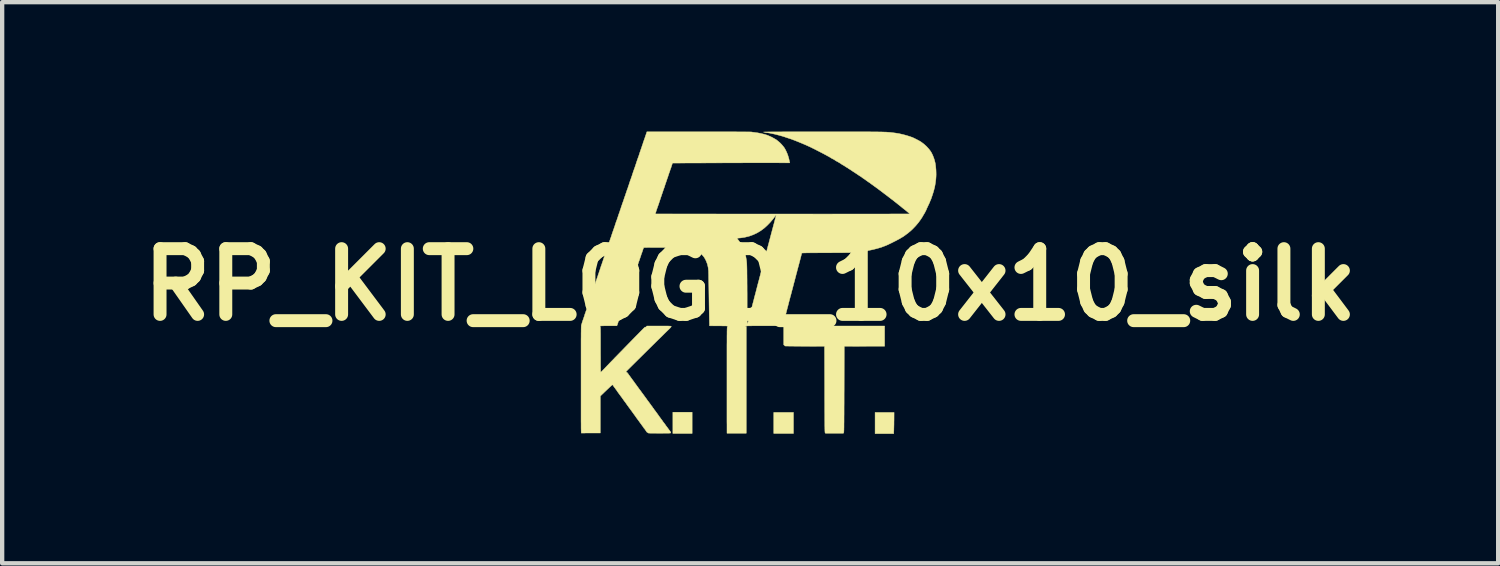
<source format=kicad_pcb>
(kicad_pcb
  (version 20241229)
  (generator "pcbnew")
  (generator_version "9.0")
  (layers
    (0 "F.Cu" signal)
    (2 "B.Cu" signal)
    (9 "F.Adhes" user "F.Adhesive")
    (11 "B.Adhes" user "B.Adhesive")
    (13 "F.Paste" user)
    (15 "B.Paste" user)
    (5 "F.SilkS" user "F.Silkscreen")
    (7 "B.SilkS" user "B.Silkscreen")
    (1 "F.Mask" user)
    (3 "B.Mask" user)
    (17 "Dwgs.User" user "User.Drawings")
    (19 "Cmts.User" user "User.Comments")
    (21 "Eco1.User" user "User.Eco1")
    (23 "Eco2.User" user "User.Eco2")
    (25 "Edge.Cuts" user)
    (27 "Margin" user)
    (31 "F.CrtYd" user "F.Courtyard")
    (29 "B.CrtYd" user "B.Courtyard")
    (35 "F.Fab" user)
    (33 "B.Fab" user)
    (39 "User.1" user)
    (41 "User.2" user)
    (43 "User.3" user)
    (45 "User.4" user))
  (footprint "RP_KIT_LOGO_10x10_silk"
    (layer "F.Cu")
    (at 14.34 3.549)
    (property "Reference" "RP_KIT_LOGO_10x10_silk" (at 0 0 0) (layer "F.SilkS") (effects (font (size 1.524 1.524) (thickness 0.3))))
    (attr through_hole)
    (fp_poly (pts (xy -1.345 3.449) (xy -1.792 3.449) (xy -1.792 2.957) (xy -1.345 2.957) (xy -1.345 3.449)) (stroke (width 0.01) (type solid)) (fill yes) (layer "F.SilkS"))
    (fp_poly (pts (xy 1.004 3.449) (xy 0.547 3.449) (xy 0.547 2.962) (xy 1.004 2.962) (xy 1.004 3.449)) (stroke (width 0.01) (type solid)) (fill yes) (layer "F.SilkS"))
    (fp_poly (pts (xy 3.335 3.141) (xy 3.334 3.186) (xy 3.334 3.231) (xy 3.333 3.274) (xy 3.332 3.313) (xy 3.331 3.347) (xy 3.331 3.374) (xy 3.33 3.387) (xy 3.327 3.454) (xy 2.896 3.454) (xy 2.896 2.962) (xy 3.336 2.962) (xy 3.335 3.141)) (stroke (width 0.01) (type solid)) (fill yes) (layer "F.SilkS"))
    (fp_poly (pts (xy 3.117 1.426) (xy 2.181 1.428) (xy 2.179 2.425) (xy 2.178 2.543) (xy 2.178 2.653) (xy 2.178 2.753) (xy 2.177 2.844) (xy 2.177 2.927) (xy 2.177 3.002) (xy 2.176 3.069) (xy 2.176 3.129) (xy 2.176 3.182) (xy 2.175 3.228) (xy 2.175 3.269) (xy 2.175 3.304) (xy 2.174 3.334) (xy 2.174 3.359) (xy 2.173 3.379) (xy 2.172 3.396) (xy 2.172 3.409) (xy 2.171 3.418) (xy 2.17 3.425) (xy 2.17 3.43) (xy 2.169 3.432) (xy 2.169 3.432) (xy 2.161 3.444) (xy 1.744 3.444) (xy 1.737 3.432) (xy 1.736 3.43) (xy 1.735 3.426) (xy 1.734 3.419) (xy 1.734 3.41) (xy 1.733 3.397) (xy 1.732 3.381) (xy 1.732 3.361) (xy 1.731 3.337) (xy 1.731 3.307) (xy 1.73 3.273) (xy 1.73 3.233) (xy 1.73 3.187) (xy 1.729 3.135) (xy 1.729 3.075) (xy 1.729 3.009) (xy 1.728 2.935) (xy 1.728 2.853) (xy 1.728 2.763) (xy 1.727 2.664) (xy 1.727 2.556) (xy 1.727 2.438) (xy 1.727 2.425) (xy 1.724 1.428) (xy 1.263 1.427) (xy 1.182 1.427) (xy 1.108 1.426) (xy 1.041 1.426) (xy 0.982 1.425) (xy 0.931 1.425) (xy 0.888 1.424) (xy 0.853 1.423) (xy 0.828 1.423) (xy 0.812 1.422) (xy 0.806 1.421) (xy 0.806 1.421) (xy 0.804 1.415) (xy 0.796 1.407) (xy 0.793 1.405) (xy 0.778 1.394) (xy 0.778 0.959) (xy 3.117 0.959) (xy 3.117 1.426)) (stroke (width 0.01) (type solid)) (fill yes) (layer "F.SilkS"))
    (fp_poly (pts (xy -1.063 -3.544) (xy -0.94 -3.544) (xy -0.823 -3.544) (xy -0.712 -3.544) (xy -0.608 -3.543) (xy -0.511 -3.543) (xy -0.421 -3.543) (xy -0.338 -3.543) (xy -0.262 -3.542) (xy -0.195 -3.542) (xy -0.136 -3.542) (xy -0.085 -3.541) (xy -0.043 -3.541) (xy -0.01 -3.541) (xy 0.013 -3.54) (xy 0.027 -3.54) (xy 0.031 -3.539) (xy 0.044 -3.537) (xy 0.064 -3.534) (xy 0.09 -3.531) (xy 0.117 -3.527) (xy 0.125 -3.526) (xy 0.17 -3.52) (xy 0.219 -3.511) (xy 0.27 -3.5) (xy 0.319 -3.488) (xy 0.364 -3.475) (xy 0.392 -3.466) (xy 0.405 -3.461) (xy 0.425 -3.453) (xy 0.447 -3.443) (xy 0.47 -3.433) (xy 0.49 -3.424) (xy 0.506 -3.416) (xy 0.512 -3.413) (xy 0.52 -3.409) (xy 0.533 -3.401) (xy 0.551 -3.391) (xy 0.562 -3.385) (xy 0.581 -3.374) (xy 0.597 -3.365) (xy 0.609 -3.357) (xy 0.612 -3.355) (xy 0.62 -3.348) (xy 0.633 -3.338) (xy 0.648 -3.325) (xy 0.65 -3.324) (xy 0.692 -3.288) (xy 0.731 -3.248) (xy 0.75 -3.225) (xy 0.762 -3.211) (xy 0.771 -3.2) (xy 0.775 -3.195) (xy 0.786 -3.181) (xy 0.8 -3.16) (xy 0.815 -3.133) (xy 0.831 -3.102) (xy 0.846 -3.069) (xy 0.86 -3.036) (xy 0.872 -3.004) (xy 0.875 -2.996) (xy 0.898 -2.918) (xy 0.913 -2.849) (xy 0.917 -2.824) (xy 0.495 -2.825) (xy 0.444 -2.825) (xy 0.383 -2.825) (xy 0.315 -2.825) (xy 0.238 -2.825) (xy 0.155 -2.825) (xy 0.067 -2.825) (xy -0.027 -2.825) (xy -0.125 -2.825) (xy -0.227 -2.824) (xy -0.33 -2.824) (xy -0.436 -2.824) (xy -0.542 -2.824) (xy -0.649 -2.823) (xy -0.754 -2.823) (xy -0.858 -2.822) (xy -0.863 -2.822) (xy -1.8 -2.819) (xy -1.811 -2.786) (xy -1.819 -2.764) (xy -1.826 -2.742) (xy -1.83 -2.728) (xy -1.835 -2.712) (xy -1.84 -2.698) (xy -1.842 -2.693) (xy -1.845 -2.685) (xy -1.851 -2.67) (xy -1.858 -2.648) (xy -1.867 -2.621) (xy -1.877 -2.592) (xy -1.88 -2.585) (xy -1.893 -2.547) (xy -1.907 -2.503) (xy -1.923 -2.458) (xy -1.937 -2.416) (xy -1.945 -2.392) (xy -1.956 -2.36) (xy -1.967 -2.329) (xy -1.976 -2.302) (xy -1.983 -2.279) (xy -1.988 -2.264) (xy -1.988 -2.264) (xy -1.994 -2.246) (xy -2 -2.23) (xy -2.003 -2.221) (xy -2.007 -2.212) (xy -2.012 -2.196) (xy -2.019 -2.176) (xy -2.022 -2.166) (xy -2.03 -2.144) (xy -2.036 -2.125) (xy -2.041 -2.11) (xy -2.043 -2.106) (xy -2.049 -2.087) (xy -2.058 -2.06) (xy -2.07 -2.026) (xy -2.083 -1.987) (xy -2.097 -1.944) (xy -2.112 -1.899) (xy -2.116 -1.887) (xy -2.126 -1.857) (xy -2.136 -1.83) (xy -2.144 -1.807) (xy -2.15 -1.79) (xy -2.153 -1.78) (xy -2.153 -1.78) (xy -2.158 -1.768) (xy -2.164 -1.751) (xy -2.171 -1.729) (xy -2.179 -1.706) (xy -2.185 -1.684) (xy -2.191 -1.666) (xy -2.194 -1.654) (xy -2.194 -1.652) (xy -2.196 -1.639) (xy 0.752 -1.638) (xy 0.95 -1.638) (xy 1.143 -1.638) (xy 1.33 -1.638) (xy 1.512 -1.637) (xy 1.688 -1.637) (xy 1.857 -1.637) (xy 2.021 -1.638) (xy 2.178 -1.638) (xy 2.329 -1.638) (xy 2.473 -1.638) (xy 2.609 -1.638) (xy 2.739 -1.638) (xy 2.861 -1.638) (xy 2.976 -1.638) (xy 3.083 -1.638) (xy 3.182 -1.638) (xy 3.273 -1.639) (xy 3.356 -1.639) (xy 3.43 -1.639) (xy 3.496 -1.639) (xy 3.553 -1.639) (xy 3.601 -1.64) (xy 3.64 -1.64) (xy 3.669 -1.64) (xy 3.688 -1.641) (xy 3.698 -1.641) (xy 3.7 -1.641) (xy 3.695 -1.647) (xy 3.683 -1.659) (xy 3.664 -1.674) (xy 3.655 -1.681) (xy 3.643 -1.69) (xy 3.635 -1.697) (xy 3.629 -1.703) (xy 3.616 -1.714) (xy 3.598 -1.728) (xy 3.577 -1.745) (xy 3.564 -1.755) (xy 3.542 -1.772) (xy 3.522 -1.788) (xy 3.507 -1.801) (xy 3.496 -1.81) (xy 3.493 -1.812) (xy 3.483 -1.821) (xy 3.473 -1.829) (xy 3.464 -1.836) (xy 3.449 -1.847) (xy 3.432 -1.861) (xy 3.423 -1.868) (xy 3.406 -1.882) (xy 3.39 -1.895) (xy 3.378 -1.904) (xy 3.375 -1.907) (xy 3.362 -1.916) (xy 3.351 -1.925) (xy 3.336 -1.937) (xy 3.32 -1.95) (xy 3.301 -1.965) (xy 3.28 -1.98) (xy 3.259 -1.996) (xy 3.236 -2.014) (xy 3.216 -2.029) (xy 3.199 -2.042) (xy 3.186 -2.053) (xy 3.174 -2.062) (xy 3.161 -2.071) (xy 3.146 -2.083) (xy 3.125 -2.099) (xy 3.117 -2.104) (xy 3.097 -2.12) (xy 3.078 -2.134) (xy 3.063 -2.146) (xy 3.055 -2.152) (xy 3.047 -2.158) (xy 3.04 -2.163) (xy 3.033 -2.169) (xy 3.022 -2.177) (xy 3.006 -2.189) (xy 2.989 -2.201) (xy 2.973 -2.213) (xy 2.96 -2.223) (xy 2.952 -2.23) (xy 2.952 -2.231) (xy 2.941 -2.238) (xy 2.93 -2.244) (xy 2.921 -2.25) (xy 2.916 -2.255) (xy 2.912 -2.259) (xy 2.903 -2.266) (xy 2.901 -2.267) (xy 2.887 -2.275) (xy 2.877 -2.283) (xy 2.866 -2.291) (xy 2.853 -2.301) (xy 2.849 -2.304) (xy 2.83 -2.318) (xy 2.811 -2.331) (xy 2.795 -2.343) (xy 2.786 -2.35) (xy 2.777 -2.357) (xy 2.765 -2.366) (xy 2.763 -2.367) (xy 2.751 -2.374) (xy 2.734 -2.386) (xy 2.714 -2.4) (xy 2.694 -2.414) (xy 2.676 -2.428) (xy 2.663 -2.437) (xy 2.654 -2.444) (xy 2.639 -2.453) (xy 2.622 -2.465) (xy 2.62 -2.466) (xy 2.605 -2.476) (xy 2.593 -2.485) (xy 2.586 -2.491) (xy 2.586 -2.491) (xy 2.581 -2.496) (xy 2.57 -2.503) (xy 2.566 -2.505) (xy 2.553 -2.513) (xy 2.535 -2.524) (xy 2.516 -2.537) (xy 2.515 -2.537) (xy 2.497 -2.55) (xy 2.48 -2.561) (xy 2.468 -2.57) (xy 2.467 -2.57) (xy 2.457 -2.577) (xy 2.441 -2.587) (xy 2.421 -2.601) (xy 2.398 -2.615) (xy 2.394 -2.618) (xy 2.372 -2.632) (xy 2.352 -2.646) (xy 2.335 -2.657) (xy 2.325 -2.664) (xy 2.324 -2.665) (xy 2.31 -2.674) (xy 2.294 -2.683) (xy 2.292 -2.684) (xy 2.281 -2.69) (xy 2.274 -2.695) (xy 2.274 -2.696) (xy 2.27 -2.7) (xy 2.259 -2.707) (xy 2.243 -2.717) (xy 2.237 -2.72) (xy 2.219 -2.73) (xy 2.205 -2.739) (xy 2.197 -2.745) (xy 2.196 -2.746) (xy 2.19 -2.751) (xy 2.178 -2.758) (xy 2.169 -2.763) (xy 2.153 -2.772) (xy 2.132 -2.784) (xy 2.113 -2.797) (xy 2.078 -2.82) (xy 2.039 -2.843) (xy 1.995 -2.867) (xy 1.98 -2.875) (xy 1.968 -2.883) (xy 1.964 -2.887) (xy 1.959 -2.891) (xy 1.947 -2.899) (xy 1.93 -2.908) (xy 1.921 -2.912) (xy 1.9 -2.923) (xy 1.882 -2.933) (xy 1.868 -2.942) (xy 1.865 -2.944) (xy 1.853 -2.951) (xy 1.834 -2.963) (xy 1.807 -2.977) (xy 1.775 -2.995) (xy 1.738 -3.015) (xy 1.697 -3.037) (xy 1.653 -3.06) (xy 1.608 -3.083) (xy 1.561 -3.107) (xy 1.515 -3.131) (xy 1.471 -3.153) (xy 1.428 -3.174) (xy 1.423 -3.177) (xy 1.394 -3.191) (xy 1.358 -3.207) (xy 1.319 -3.225) (xy 1.279 -3.243) (xy 1.241 -3.259) (xy 1.207 -3.274) (xy 1.187 -3.282) (xy 1.171 -3.288) (xy 1.15 -3.297) (xy 1.126 -3.307) (xy 1.114 -3.312) (xy 1.092 -3.321) (xy 1.071 -3.329) (xy 1.055 -3.336) (xy 1.049 -3.338) (xy 1.034 -3.344) (xy 1.015 -3.351) (xy 1.006 -3.354) (xy 0.976 -3.366) (xy 0.951 -3.375) (xy 0.929 -3.382) (xy 0.916 -3.387) (xy 0.877 -3.399) (xy 0.844 -3.41) (xy 0.818 -3.419) (xy 0.8 -3.425) (xy 0.791 -3.428) (xy 0.785 -3.431) (xy 0.776 -3.433) (xy 0.763 -3.437) (xy 0.744 -3.443) (xy 0.717 -3.45) (xy 0.693 -3.457) (xy 0.671 -3.463) (xy 0.649 -3.469) (xy 0.64 -3.471) (xy 0.604 -3.481) (xy 0.561 -3.491) (xy 0.512 -3.501) (xy 0.461 -3.512) (xy 0.409 -3.521) (xy 0.36 -3.529) (xy 0.316 -3.536) (xy 0.314 -3.536) (xy 0.31 -3.537) (xy 0.309 -3.538) (xy 0.311 -3.538) (xy 0.316 -3.539) (xy 0.325 -3.539) (xy 0.339 -3.54) (xy 0.356 -3.54) (xy 0.379 -3.54) (xy 0.406 -3.541) (xy 0.439 -3.541) (xy 0.477 -3.541) (xy 0.521 -3.542) (xy 0.572 -3.542) (xy 0.628 -3.542) (xy 0.692 -3.542) (xy 0.763 -3.543) (xy 0.842 -3.543) (xy 0.928 -3.543) (xy 1.022 -3.543) (xy 1.125 -3.543) (xy 1.237 -3.543) (xy 1.357 -3.543) (xy 1.487 -3.543) (xy 1.626 -3.543) (xy 1.667 -3.543) (xy 1.81 -3.543) (xy 1.943 -3.543) (xy 2.068 -3.544) (xy 2.183 -3.544) (xy 2.29 -3.543) (xy 2.389 -3.543) (xy 2.48 -3.543) (xy 2.564 -3.543) (xy 2.64 -3.543) (xy 2.71 -3.543) (xy 2.774 -3.543) (xy 2.832 -3.542) (xy 2.884 -3.542) (xy 2.932 -3.542) (xy 2.974 -3.541) (xy 3.013 -3.54) (xy 3.047 -3.54) (xy 3.078 -3.539) (xy 3.105 -3.538) (xy 3.13 -3.537) (xy 3.152 -3.537) (xy 3.172 -3.535) (xy 3.191 -3.534) (xy 3.208 -3.533) (xy 3.224 -3.532) (xy 3.24 -3.53) (xy 3.256 -3.529) (xy 3.271 -3.527) (xy 3.278 -3.526) (xy 3.366 -3.515) (xy 3.447 -3.502) (xy 3.524 -3.485) (xy 3.601 -3.465) (xy 3.681 -3.441) (xy 3.754 -3.416) (xy 3.77 -3.409) (xy 3.793 -3.399) (xy 3.821 -3.385) (xy 3.851 -3.37) (xy 3.882 -3.354) (xy 3.91 -3.339) (xy 3.935 -3.325) (xy 3.953 -3.314) (xy 3.957 -3.312) (xy 4.027 -3.26) (xy 4.089 -3.204) (xy 4.145 -3.142) (xy 4.185 -3.089) (xy 4.194 -3.074) (xy 4.206 -3.053) (xy 4.218 -3.029) (xy 4.229 -3.006) (xy 4.238 -2.986) (xy 4.239 -2.982) (xy 4.246 -2.963) (xy 4.254 -2.944) (xy 4.255 -2.94) (xy 4.265 -2.912) (xy 4.276 -2.875) (xy 4.282 -2.851) (xy 4.291 -2.813) (xy 4.298 -2.767) (xy 4.303 -2.716) (xy 4.308 -2.661) (xy 4.31 -2.605) (xy 4.311 -2.551) (xy 4.309 -2.5) (xy 4.307 -2.472) (xy 4.305 -2.445) (xy 4.302 -2.42) (xy 4.299 -2.396) (xy 4.296 -2.37) (xy 4.291 -2.339) (xy 4.285 -2.303) (xy 4.282 -2.288) (xy 4.277 -2.26) (xy 4.268 -2.226) (xy 4.258 -2.186) (xy 4.246 -2.145) (xy 4.233 -2.103) (xy 4.224 -2.076) (xy 4.212 -2.041) (xy 4.203 -2.014) (xy 4.196 -1.994) (xy 4.19 -1.978) (xy 4.185 -1.966) (xy 4.181 -1.957) (xy 4.177 -1.948) (xy 4.176 -1.947) (xy 4.17 -1.934) (xy 4.167 -1.924) (xy 4.166 -1.922) (xy 4.164 -1.915) (xy 4.158 -1.901) (xy 4.149 -1.882) (xy 4.138 -1.858) (xy 4.129 -1.84) (xy 4.117 -1.814) (xy 4.106 -1.79) (xy 4.096 -1.77) (xy 4.09 -1.757) (xy 4.089 -1.752) (xy 4.084 -1.739) (xy 4.075 -1.72) (xy 4.064 -1.698) (xy 4.052 -1.675) (xy 4.041 -1.655) (xy 4.031 -1.639) (xy 4.029 -1.635) (xy 4.018 -1.617) (xy 4.007 -1.599) (xy 4.005 -1.595) (xy 3.993 -1.573) (xy 3.975 -1.545) (xy 3.954 -1.513) (xy 3.949 -1.507) (xy 3.939 -1.492) (xy 3.927 -1.476) (xy 3.925 -1.473) (xy 3.901 -1.44) (xy 3.87 -1.403) (xy 3.836 -1.363) (xy 3.799 -1.324) (xy 3.763 -1.287) (xy 3.728 -1.254) (xy 3.7 -1.23) (xy 3.685 -1.218) (xy 3.672 -1.207) (xy 3.667 -1.202) (xy 3.657 -1.194) (xy 3.639 -1.181) (xy 3.616 -1.164) (xy 3.589 -1.144) (xy 3.559 -1.122) (xy 3.544 -1.112) (xy 3.525 -1.101) (xy 3.516 -1.096) (xy 3.5 -1.087) (xy 3.487 -1.079) (xy 3.481 -1.074) (xy 3.474 -1.07) (xy 3.46 -1.062) (xy 3.438 -1.051) (xy 3.412 -1.037) (xy 3.383 -1.021) (xy 3.35 -1.005) (xy 3.317 -0.988) (xy 3.284 -0.971) (xy 3.252 -0.956) (xy 3.223 -0.942) (xy 3.199 -0.93) (xy 3.179 -0.921) (xy 3.17 -0.917) (xy 3.148 -0.908) (xy 3.123 -0.898) (xy 3.11 -0.893) (xy 3.092 -0.887) (xy 3.077 -0.881) (xy 3.07 -0.878) (xy 3.041 -0.867) (xy 3.003 -0.856) (xy 2.96 -0.843) (xy 2.911 -0.83) (xy 2.859 -0.817) (xy 2.806 -0.805) (xy 2.752 -0.794) (xy 2.701 -0.785) (xy 2.691 -0.783) (xy 2.668 -0.779) (xy 2.647 -0.775) (xy 2.633 -0.772) (xy 2.626 -0.771) (xy 2.618 -0.769) (xy 2.602 -0.767) (xy 2.582 -0.765) (xy 2.568 -0.763) (xy 2.542 -0.76) (xy 2.511 -0.756) (xy 2.478 -0.753) (xy 2.45 -0.749) (xy 2.438 -0.748) (xy 2.425 -0.747) (xy 2.409 -0.746) (xy 2.391 -0.745) (xy 2.37 -0.744) (xy 2.345 -0.743) (xy 2.315 -0.743) (xy 2.281 -0.742) (xy 2.241 -0.742) (xy 2.194 -0.741) (xy 2.141 -0.741) (xy 2.081 -0.74) (xy 2.012 -0.74) (xy 1.935 -0.74) (xy 1.849 -0.739) (xy 1.791 -0.739) (xy 1.702 -0.739) (xy 1.621 -0.739) (xy 1.55 -0.738) (xy 1.488 -0.738) (xy 1.433 -0.738) (xy 1.385 -0.738) (xy 1.345 -0.737) (xy 1.31 -0.737) (xy 1.282 -0.736) (xy 1.259 -0.736) (xy 1.24 -0.735) (xy 1.226 -0.735) (xy 1.215 -0.734) (xy 1.207 -0.733) (xy 1.202 -0.732) (xy 1.199 -0.731) (xy 1.198 -0.73) (xy 1.197 -0.729) (xy 1.194 -0.72) (xy 1.19 -0.705) (xy 1.185 -0.685) (xy 1.182 -0.675) (xy 1.174 -0.642) (xy 1.163 -0.601) (xy 1.151 -0.554) (xy 1.138 -0.504) (xy 1.124 -0.452) (xy 1.11 -0.4) (xy 1.099 -0.359) (xy 1.09 -0.326) (xy 1.082 -0.292) (xy 1.073 -0.261) (xy 1.066 -0.235) (xy 1.062 -0.218) (xy 1.057 -0.199) (xy 1.05 -0.172) (xy 1.042 -0.141) (xy 1.033 -0.107) (xy 1.025 -0.075) (xy 1.014 -0.036) (xy 1.003 0.008) (xy 0.991 0.053) (xy 0.98 0.095) (xy 0.974 0.118) (xy 0.965 0.15) (xy 0.957 0.183) (xy 0.949 0.212) (xy 0.943 0.236) (xy 0.939 0.251) (xy 0.934 0.267) (xy 0.929 0.286) (xy 0.923 0.309) (xy 0.916 0.336) (xy 0.907 0.37) (xy 0.896 0.411) (xy 0.884 0.46) (xy 0.871 0.51) (xy 0.859 0.554) (xy 0.848 0.597) (xy 0.837 0.639) (xy 0.826 0.683) (xy 0.813 0.733) (xy 0.801 0.783) (xy 0.793 0.812) (xy 0.786 0.841) (xy 0.779 0.868) (xy 0.774 0.888) (xy 0.774 0.888) (xy 0.769 0.909) (xy 0.764 0.927) (xy 0.761 0.939) (xy 0.761 0.94) (xy 0.758 0.954) (xy 0.328 0.954) (xy 0.243 0.954) (xy 0.167 0.954) (xy 0.101 0.954) (xy 0.045 0.954) (xy -0.002 0.955) (xy -0.041 0.955) (xy -0.07 0.956) (xy -0.091 0.957) (xy -0.103 0.958) (xy -0.107 0.959) (xy -0.109 0.964) (xy -0.102 0.967) (xy -0.09 0.97) (xy -0.09 3.444) (xy -0.537 3.444) (xy -0.537 3.417) (xy -0.537 3.41) (xy -0.537 3.393) (xy -0.537 3.367) (xy -0.537 3.332) (xy -0.537 3.289) (xy -0.537 3.238) (xy -0.538 3.18) (xy -0.538 3.115) (xy -0.538 3.043) (xy -0.538 2.966) (xy -0.538 2.882) (xy -0.538 2.794) (xy -0.538 2.701) (xy -0.538 2.604) (xy -0.538 2.503) (xy -0.538 2.399) (xy -0.538 2.292) (xy -0.538 2.192) (xy -0.538 2.062) (xy -0.538 1.941) (xy -0.538 1.83) (xy -0.538 1.727) (xy -0.538 1.633) (xy -0.538 1.548) (xy -0.538 1.47) (xy -0.538 1.399) (xy -0.537 1.336) (xy -0.537 1.279) (xy -0.537 1.229) (xy -0.537 1.185) (xy -0.536 1.146) (xy -0.536 1.112) (xy -0.536 1.084) (xy -0.535 1.06) (xy -0.535 1.04) (xy -0.534 1.024) (xy -0.534 1.011) (xy -0.533 1.001) (xy -0.533 0.994) (xy -0.532 0.989) (xy -0.531 0.986) (xy -0.53 0.985) (xy -0.525 0.974) (xy -0.524 0.966) (xy -0.525 0.964) (xy -0.526 0.962) (xy -0.53 0.96) (xy -0.537 0.959) (xy -0.547 0.958) (xy -0.562 0.957) (xy -0.583 0.956) (xy -0.61 0.956) (xy -0.645 0.956) (xy -0.688 0.955) (xy -0.734 0.955) (xy -0.942 0.954) (xy -0.946 0.814) (xy -0.946 0.789) (xy -0.947 0.754) (xy -0.948 0.711) (xy -0.949 0.66) (xy -0.95 0.604) (xy -0.951 0.543) (xy -0.952 0.478) (xy -0.953 0.409) (xy -0.954 0.339) (xy -0.955 0.267) (xy -0.956 0.201) (xy -0.957 0.131) (xy -0.958 0.064) (xy -0.959 -0.000446) (xy -0.961 -0.061) (xy -0.962 -0.118) (xy -0.963 -0.169) (xy -0.963 -0.215) (xy -0.964 -0.253) (xy -0.965 -0.285) (xy -0.965 -0.307) (xy -0.966 -0.321) (xy -0.966 -0.322) (xy -0.974 -0.398) (xy -0.99 -0.47) (xy -1.015 -0.538) (xy -1.032 -0.575) (xy -1.05 -0.608) (xy -1.066 -0.634) (xy -1.083 -0.657) (xy -1.103 -0.68) (xy -1.128 -0.705) (xy -1.136 -0.713) (xy -1.157 -0.733) (xy -1.178 -0.749) (xy -1.201 -0.764) (xy -1.23 -0.78) (xy -1.236 -0.783) (xy -1.274 -0.803) (xy -1.307 -0.817) (xy -1.338 -0.829) (xy -1.37 -0.838) (xy -1.407 -0.847) (xy -1.425 -0.851) (xy -1.487 -0.863) (xy -1.975 -0.863) (xy -2.06 -0.863) (xy -2.134 -0.863) (xy -2.2 -0.863) (xy -2.257 -0.863) (xy -2.306 -0.863) (xy -2.348 -0.862) (xy -2.382 -0.862) (xy -2.41 -0.861) (xy -2.432 -0.861) (xy -2.448 -0.86) (xy -2.459 -0.859) (xy -2.466 -0.858) (xy -2.468 -0.857) (xy -2.472 -0.849) (xy -2.478 -0.834) (xy -2.485 -0.816) (xy -2.491 -0.796) (xy -2.497 -0.778) (xy -2.5 -0.771) (xy -2.504 -0.757) (xy -2.51 -0.74) (xy -2.515 -0.728) (xy -2.522 -0.71) (xy -2.527 -0.693) (xy -2.53 -0.685) (xy -2.534 -0.671) (xy -2.54 -0.653) (xy -2.542 -0.648) (xy -2.548 -0.63) (xy -2.554 -0.614) (xy -2.555 -0.61) (xy -2.558 -0.6) (xy -2.564 -0.582) (xy -2.572 -0.56) (xy -2.581 -0.535) (xy -2.583 -0.53) (xy -2.592 -0.502) (xy -2.601 -0.476) (xy -2.609 -0.452) (xy -2.615 -0.435) (xy -2.615 -0.434) (xy -2.621 -0.416) (xy -2.629 -0.392) (xy -2.638 -0.367) (xy -2.643 -0.354) (xy -2.654 -0.325) (xy -2.661 -0.303) (xy -2.667 -0.287) (xy -2.671 -0.274) (xy -2.674 -0.264) (xy -2.676 -0.259) (xy -2.68 -0.245) (xy -2.686 -0.228) (xy -2.691 -0.216) (xy -2.697 -0.198) (xy -2.703 -0.181) (xy -2.706 -0.173) (xy -2.709 -0.163) (xy -2.715 -0.145) (xy -2.723 -0.123) (xy -2.731 -0.098) (xy -2.733 -0.093) (xy -2.743 -0.066) (xy -2.752 -0.039) (xy -2.76 -0.016) (xy -2.765 0.001) (xy -2.766 0.003) (xy -2.772 0.021) (xy -2.78 0.044) (xy -2.789 0.07) (xy -2.793 0.083) (xy -2.802 0.107) (xy -2.81 0.13) (xy -2.817 0.15) (xy -2.819 0.158) (xy -2.824 0.172) (xy -2.828 0.185) (xy -2.833 0.2) (xy -2.841 0.22) (xy -2.848 0.238) (xy -2.855 0.258) (xy -2.863 0.282) (xy -2.871 0.306) (xy -2.878 0.327) (xy -2.881 0.339) (xy -2.884 0.347) (xy -2.89 0.364) (xy -2.898 0.387) (xy -2.907 0.416) (xy -2.919 0.449) (xy -2.931 0.485) (xy -2.934 0.494) (xy -2.947 0.532) (xy -2.959 0.567) (xy -2.97 0.6) (xy -2.979 0.628) (xy -2.987 0.65) (xy -2.991 0.664) (xy -2.992 0.665) (xy -2.999 0.686) (xy -3.006 0.707) (xy -3.01 0.718) (xy -3.016 0.735) (xy -3.021 0.751) (xy -3.022 0.755) (xy -3.026 0.768) (xy -3.032 0.786) (xy -3.037 0.801) (xy -3.045 0.826) (xy -3.052 0.844) (xy -3.056 0.857) (xy -3.06 0.868) (xy -3.063 0.878) (xy -3.065 0.886) (xy -3.072 0.906) (xy -3.079 0.926) (xy -3.081 0.932) (xy -3.09 0.954) (xy -3.284 0.954) (xy -3.341 0.954) (xy -3.388 0.954) (xy -3.425 0.955) (xy -3.453 0.956) (xy -3.471 0.957) (xy -3.48 0.958) (xy -3.481 0.959) (xy -3.481 0.966) (xy -3.477 0.973) (xy -3.475 0.975) (xy -3.474 0.979) (xy -3.473 0.985) (xy -3.472 0.994) (xy -3.472 1.006) (xy -3.471 1.022) (xy -3.47 1.042) (xy -3.47 1.067) (xy -3.47 1.098) (xy -3.469 1.135) (xy -3.469 1.179) (xy -3.469 1.23) (xy -3.469 1.289) (xy -3.469 1.356) (xy -3.469 1.433) (xy -3.469 1.505) (xy -3.469 1.599) (xy -3.468 1.684) (xy -3.468 1.758) (xy -3.468 1.824) (xy -3.468 1.879) (xy -3.467 1.926) (xy -3.467 1.964) (xy -3.466 1.993) (xy -3.465 2.013) (xy -3.464 2.025) (xy -3.463 2.028) (xy -3.461 2.028) (xy -3.459 2.026) (xy -3.455 2.023) (xy -3.448 2.017) (xy -3.439 2.008) (xy -3.427 1.996) (xy -3.41 1.979) (xy -3.388 1.956) (xy -3.361 1.928) (xy -3.328 1.894) (xy -3.321 1.886) (xy -3.294 1.859) (xy -3.269 1.832) (xy -3.245 1.807) (xy -3.22 1.781) (xy -3.194 1.755) (xy -3.167 1.727) (xy -3.139 1.697) (xy -3.107 1.665) (xy -3.073 1.63) (xy -3.035 1.591) (xy -2.993 1.548) (xy -2.946 1.5) (xy -2.894 1.446) (xy -2.835 1.386) (xy -2.786 1.336) (xy -2.729 1.277) (xy -2.678 1.225) (xy -2.634 1.18) (xy -2.595 1.141) (xy -2.562 1.107) (xy -2.534 1.078) (xy -2.51 1.054) (xy -2.49 1.034) (xy -2.475 1.018) (xy -2.462 1.006) (xy -2.452 0.997) (xy -2.445 0.991) (xy -2.44 0.986) (xy -2.436 0.984) (xy -2.434 0.983) (xy -2.432 0.983) (xy -2.431 0.984) (xy -2.431 0.985) (xy -2.425 0.987) (xy -2.417 0.982) (xy -2.41 0.975) (xy -2.395 0.959) (xy -2.114 0.959) (xy -2.054 0.959) (xy -2.003 0.959) (xy -1.96 0.959) (xy -1.926 0.959) (xy -1.898 0.959) (xy -1.876 0.96) (xy -1.86 0.961) (xy -1.848 0.961) (xy -1.84 0.962) (xy -1.835 0.964) (xy -1.832 0.965) (xy -1.83 0.967) (xy -1.83 0.968) (xy -1.83 0.974) (xy -1.835 0.981) (xy -1.844 0.993) (xy -1.859 1.009) (xy -1.88 1.03) (xy -1.89 1.04) (xy -1.939 1.087) (xy -1.992 1.139) (xy -2.05 1.197) (xy -2.114 1.259) (xy -2.184 1.328) (xy -2.259 1.402) (xy -2.341 1.483) (xy -2.428 1.569) (xy -2.522 1.662) (xy -2.623 1.762) (xy -2.73 1.868) (xy -2.842 1.979) (xy -2.86 1.998) (xy -2.871 2.01) (xy -2.877 2.019) (xy -2.877 2.024) (xy -2.876 2.026) (xy -2.868 2.03) (xy -2.864 2.03) (xy -2.856 2.032) (xy -2.847 2.043) (xy -2.846 2.045) (xy -2.838 2.056) (xy -2.832 2.063) (xy -2.831 2.063) (xy -2.826 2.067) (xy -2.824 2.073) (xy -2.818 2.084) (xy -2.809 2.096) (xy -2.799 2.108) (xy -2.788 2.123) (xy -2.787 2.124) (xy -2.768 2.151) (xy -2.749 2.177) (xy -2.732 2.2) (xy -2.717 2.22) (xy -2.706 2.235) (xy -2.699 2.244) (xy -2.699 2.245) (xy -2.69 2.256) (xy -2.685 2.265) (xy -2.677 2.277) (xy -2.671 2.285) (xy -2.663 2.294) (xy -2.653 2.308) (xy -2.65 2.311) (xy -2.641 2.325) (xy -2.628 2.343) (xy -2.618 2.357) (xy -2.605 2.374) (xy -2.593 2.391) (xy -2.585 2.402) (xy -2.575 2.416) (xy -2.566 2.429) (xy -2.564 2.431) (xy -2.556 2.441) (xy -2.546 2.454) (xy -2.533 2.471) (xy -2.517 2.494) (xy -2.496 2.523) (xy -2.485 2.537) (xy -2.468 2.56) (xy -2.453 2.581) (xy -2.44 2.599) (xy -2.431 2.611) (xy -2.43 2.613) (xy -2.418 2.629) (xy -2.406 2.645) (xy -2.405 2.646) (xy -2.398 2.656) (xy -2.387 2.673) (xy -2.372 2.693) (xy -2.355 2.715) (xy -2.349 2.723) (xy -2.332 2.746) (xy -2.317 2.767) (xy -2.304 2.785) (xy -2.295 2.798) (xy -2.293 2.8) (xy -2.283 2.814) (xy -2.274 2.825) (xy -2.273 2.826) (xy -2.265 2.838) (xy -2.257 2.851) (xy -2.25 2.861) (xy -2.245 2.866) (xy -2.244 2.866) (xy -2.239 2.87) (xy -2.236 2.876) (xy -2.231 2.888) (xy -2.222 2.899) (xy -2.213 2.91) (xy -2.202 2.925) (xy -2.191 2.939) (xy -2.179 2.957) (xy -2.166 2.974) (xy -2.158 2.984) (xy -2.147 3) (xy -2.135 3.017) (xy -2.133 3.019) (xy -2.124 3.033) (xy -2.111 3.051) (xy -2.101 3.065) (xy -2.088 3.082) (xy -2.076 3.099) (xy -2.068 3.11) (xy -2.058 3.124) (xy -2.049 3.135) (xy -2.047 3.137) (xy -2.038 3.15) (xy -2.033 3.158) (xy -2.025 3.17) (xy -2.02 3.178) (xy -2.013 3.186) (xy -2.002 3.2) (xy -1.988 3.218) (xy -1.974 3.237) (xy -1.961 3.256) (xy -1.958 3.261) (xy -1.948 3.275) (xy -1.938 3.287) (xy -1.936 3.29) (xy -1.93 3.298) (xy -1.919 3.312) (xy -1.906 3.331) (xy -1.893 3.348) (xy -1.878 3.369) (xy -1.864 3.387) (xy -1.853 3.402) (xy -1.847 3.41) (xy -1.84 3.424) (xy -1.84 3.433) (xy -1.841 3.436) (xy -1.842 3.438) (xy -1.846 3.439) (xy -1.852 3.44) (xy -1.861 3.441) (xy -1.874 3.442) (xy -1.893 3.443) (xy -1.917 3.443) (xy -1.947 3.443) (xy -1.985 3.443) (xy -2.032 3.444) (xy -2.087 3.444) (xy -2.102 3.444) (xy -2.16 3.444) (xy -2.209 3.443) (xy -2.249 3.443) (xy -2.281 3.443) (xy -2.307 3.443) (xy -2.327 3.442) (xy -2.341 3.442) (xy -2.352 3.441) (xy -2.359 3.439) (xy -2.364 3.438) (xy -2.366 3.436) (xy -2.368 3.434) (xy -2.368 3.434) (xy -2.375 3.427) (xy -2.381 3.426) (xy -2.388 3.424) (xy -2.397 3.415) (xy -2.399 3.412) (xy -2.409 3.397) (xy -2.42 3.381) (xy -2.422 3.378) (xy -2.433 3.363) (xy -2.444 3.347) (xy -2.445 3.344) (xy -2.453 3.334) (xy -2.459 3.328) (xy -2.46 3.328) (xy -2.465 3.324) (xy -2.467 3.318) (xy -2.473 3.307) (xy -2.481 3.295) (xy -2.492 3.283) (xy -2.503 3.268) (xy -2.505 3.265) (xy -2.516 3.249) (xy -2.528 3.232) (xy -2.53 3.23) (xy -2.539 3.218) (xy -2.552 3.2) (xy -2.565 3.182) (xy -2.565 3.182) (xy -2.587 3.151) (xy -2.607 3.125) (xy -2.622 3.104) (xy -2.632 3.091) (xy -2.633 3.09) (xy -2.642 3.078) (xy -2.649 3.066) (xy -2.656 3.056) (xy -2.667 3.041) (xy -2.68 3.023) (xy -2.688 3.012) (xy -2.707 2.986) (xy -2.721 2.967) (xy -2.731 2.952) (xy -2.739 2.942) (xy -2.745 2.933) (xy -2.75 2.925) (xy -2.751 2.923) (xy -2.759 2.912) (xy -2.765 2.907) (xy -2.766 2.906) (xy -2.771 2.902) (xy -2.773 2.896) (xy -2.779 2.885) (xy -2.788 2.874) (xy -2.798 2.861) (xy -2.809 2.847) (xy -2.811 2.843) (xy -2.822 2.828) (xy -2.832 2.814) (xy -2.834 2.812) (xy -2.842 2.801) (xy -2.853 2.785) (xy -2.866 2.768) (xy -2.868 2.765) (xy -2.879 2.748) (xy -2.889 2.734) (xy -2.895 2.726) (xy -2.896 2.725) (xy -2.914 2.702) (xy -2.932 2.677) (xy -2.948 2.654) (xy -2.96 2.638) (xy -2.969 2.624) (xy -2.976 2.615) (xy -2.977 2.614) (xy -2.984 2.604) (xy -2.996 2.588) (xy -3.012 2.566) (xy -3.025 2.549) (xy -3.036 2.534) (xy -3.05 2.515) (xy -3.063 2.497) (xy -3.075 2.48) (xy -3.086 2.465) (xy -3.092 2.455) (xy -3.092 2.454) (xy -3.1 2.442) (xy -3.106 2.435) (xy -3.112 2.427) (xy -3.122 2.414) (xy -3.132 2.399) (xy -3.144 2.384) (xy -3.154 2.371) (xy -3.159 2.363) (xy -3.167 2.353) (xy -3.175 2.34) (xy -3.178 2.333) (xy -3.182 2.327) (xy -3.186 2.324) (xy -3.191 2.323) (xy -3.198 2.326) (xy -3.207 2.332) (xy -3.221 2.343) (xy -3.238 2.359) (xy -3.261 2.38) (xy -3.289 2.407) (xy -3.321 2.437) (xy -3.346 2.461) (xy -3.373 2.486) (xy -3.398 2.511) (xy -3.42 2.532) (xy -3.43 2.541) (xy -3.474 2.584) (xy -3.474 3.439) (xy -3.688 3.439) (xy -3.734 3.439) (xy -3.777 3.439) (xy -3.816 3.439) (xy -3.849 3.44) (xy -3.877 3.44) (xy -3.897 3.44) (xy -3.909 3.441) (xy -3.912 3.441) (xy -3.913 3.441) (xy -3.913 3.44) (xy -3.914 3.437) (xy -3.915 3.433) (xy -3.916 3.427) (xy -3.916 3.419) (xy -3.917 3.408) (xy -3.917 3.393) (xy -3.918 3.376) (xy -3.918 3.354) (xy -3.919 3.328) (xy -3.919 3.298) (xy -3.919 3.262) (xy -3.919 3.221) (xy -3.92 3.175) (xy -3.92 3.123) (xy -3.92 3.064) (xy -3.92 2.998) (xy -3.92 2.925) (xy -3.92 2.845) (xy -3.92 2.757) (xy -3.92 2.66) (xy -3.92 2.555) (xy -3.92 2.441) (xy -3.92 2.318) (xy -3.92 2.199) (xy -3.92 2.067) (xy -3.92 1.944) (xy -3.92 1.83) (xy -3.92 1.725) (xy -3.92 1.629) (xy -3.92 1.541) (xy -3.92 1.46) (xy -3.92 1.388) (xy -3.92 1.322) (xy -3.92 1.263) (xy -3.919 1.21) (xy -3.919 1.164) (xy -3.919 1.122) (xy -3.918 1.087) (xy -3.918 1.056) (xy -3.918 1.029) (xy -3.917 1.007) (xy -3.917 0.988) (xy -3.916 0.973) (xy -3.916 0.961) (xy -3.915 0.951) (xy -3.914 0.944) (xy -3.914 0.939) (xy -3.913 0.935) (xy -3.912 0.934) (xy -3.906 0.914) (xy -3.899 0.893) (xy -3.898 0.888) (xy -3.892 0.869) (xy -3.883 0.841) (xy -3.87 0.804) (xy -3.855 0.76) (xy -3.851 0.749) (xy -3.845 0.73) (xy -3.838 0.71) (xy -3.837 0.705) (xy -3.831 0.685) (xy -3.825 0.667) (xy -3.821 0.655) (xy -3.82 0.654) (xy -3.817 0.647) (xy -3.812 0.631) (xy -3.804 0.608) (xy -3.794 0.579) (xy -3.782 0.544) (xy -3.769 0.504) (xy -3.754 0.461) (xy -3.74 0.418) (xy -3.724 0.372) (xy -3.71 0.328) (xy -3.696 0.287) (xy -3.684 0.251) (xy -3.673 0.22) (xy -3.665 0.195) (xy -3.659 0.179) (xy -3.656 0.171) (xy -3.65 0.153) (xy -3.645 0.137) (xy -3.644 0.133) (xy -3.64 0.119) (xy -3.634 0.101) (xy -3.632 0.095) (xy -3.625 0.078) (xy -3.62 0.062) (xy -3.619 0.058) (xy -3.615 0.044) (xy -3.609 0.026) (xy -3.606 0.02) (xy -3.6 0.003) (xy -3.595 -0.013) (xy -3.594 -0.018) (xy -3.59 -0.031) (xy -3.584 -0.048) (xy -3.579 -0.063) (xy -3.576 -0.073) (xy -3.573 -0.081) (xy -3.57 -0.089) (xy -3.567 -0.099) (xy -3.563 -0.111) (xy -3.558 -0.126) (xy -3.551 -0.145) (xy -3.542 -0.171) (xy -3.531 -0.203) (xy -3.518 -0.244) (xy -3.515 -0.251) (xy -3.503 -0.287) (xy -3.492 -0.321) (xy -3.481 -0.352) (xy -3.473 -0.378) (xy -3.466 -0.398) (xy -3.463 -0.409) (xy -3.456 -0.429) (xy -3.45 -0.447) (xy -3.446 -0.457) (xy -3.441 -0.471) (xy -3.434 -0.491) (xy -3.43 -0.504) (xy -3.424 -0.523) (xy -3.415 -0.547) (xy -3.406 -0.576) (xy -3.395 -0.607) (xy -3.385 -0.638) (xy -3.375 -0.666) (xy -3.367 -0.689) (xy -3.361 -0.706) (xy -3.36 -0.708) (xy -3.354 -0.725) (xy -3.349 -0.741) (xy -3.348 -0.745) (xy -3.344 -0.756) (xy -3.339 -0.774) (xy -3.331 -0.796) (xy -3.326 -0.811) (xy -3.317 -0.836) (xy -3.308 -0.861) (xy -3.301 -0.882) (xy -3.298 -0.891) (xy -3.291 -0.912) (xy -3.284 -0.933) (xy -3.28 -0.944) (xy -3.274 -0.961) (xy -3.269 -0.977) (xy -3.268 -0.981) (xy -3.264 -0.992) (xy -3.259 -1.009) (xy -3.251 -1.031) (xy -3.242 -1.056) (xy -3.24 -1.062) (xy -3.235 -1.075) (xy -0.306 -1.075) (xy -0.303 -1.07) (xy -0.296 -1.061) (xy -0.292 -1.056) (xy -0.252 -1.004) (xy -0.218 -0.953) (xy -0.188 -0.899) (xy -0.161 -0.84) (xy -0.136 -0.774) (xy -0.128 -0.749) (xy -0.119 -0.722) (xy -0.111 -0.695) (xy -0.105 -0.671) (xy -0.101 -0.653) (xy -0.1 -0.651) (xy -0.096 -0.624) (xy -0.092 -0.6) (xy -0.088 -0.578) (xy -0.085 -0.558) (xy -0.083 -0.538) (xy -0.081 -0.517) (xy -0.079 -0.495) (xy -0.078 -0.47) (xy -0.077 -0.441) (xy -0.076 -0.408) (xy -0.075 -0.369) (xy -0.074 -0.323) (xy -0.074 -0.27) (xy -0.073 -0.209) (xy -0.073 -0.176) (xy -0.072 -0.111) (xy -0.072 -0.038) (xy -0.071 0.041) (xy -0.071 0.124) (xy -0.07 0.209) (xy -0.07 0.293) (xy -0.07 0.376) (xy -0.07 0.455) (xy -0.07 0.527) (xy -0.07 0.528) (xy -0.07 0.589) (xy -0.07 0.646) (xy -0.07 0.7) (xy -0.07 0.75) (xy -0.07 0.794) (xy -0.069 0.832) (xy -0.069 0.864) (xy -0.069 0.887) (xy -0.068 0.903) (xy -0.068 0.909) (xy -0.068 0.909) (xy -0.065 0.912) (xy -0.062 0.911) (xy -0.059 0.904) (xy -0.054 0.89) (xy -0.049 0.868) (xy -0.047 0.86) (xy -0.04 0.831) (xy -0.031 0.799) (xy -0.024 0.77) (xy -0.022 0.763) (xy -0.015 0.735) (xy -0.006 0.703) (xy 0.001 0.673) (xy 0.002 0.668) (xy 0.009 0.641) (xy 0.017 0.613) (xy 0.023 0.588) (xy 0.025 0.582) (xy 0.029 0.566) (xy 0.035 0.542) (xy 0.043 0.513) (xy 0.051 0.48) (xy 0.06 0.445) (xy 0.063 0.434) (xy 0.072 0.4) (xy 0.081 0.366) (xy 0.089 0.335) (xy 0.095 0.309) (xy 0.1 0.29) (xy 0.101 0.286) (xy 0.108 0.261) (xy 0.115 0.234) (xy 0.121 0.213) (xy 0.131 0.175) (xy 0.142 0.131) (xy 0.154 0.085) (xy 0.165 0.041) (xy 0.168 0.03) (xy 0.175 0.004) (xy 0.182 -0.024) (xy 0.189 -0.049) (xy 0.19 -0.055) (xy 0.197 -0.08) (xy 0.205 -0.108) (xy 0.211 -0.133) (xy 0.218 -0.159) (xy 0.225 -0.187) (xy 0.232 -0.211) (xy 0.238 -0.234) (xy 0.245 -0.261) (xy 0.252 -0.289) (xy 0.254 -0.296) (xy 0.261 -0.322) (xy 0.268 -0.349) (xy 0.274 -0.373) (xy 0.276 -0.379) (xy 0.283 -0.403) (xy 0.29 -0.43) (xy 0.296 -0.452) (xy 0.307 -0.496) (xy 0.321 -0.546) (xy 0.334 -0.597) (xy 0.337 -0.605) (xy 0.343 -0.628) (xy 0.35 -0.656) (xy 0.356 -0.679) (xy 0.363 -0.704) (xy 0.371 -0.733) (xy 0.377 -0.755) (xy 0.384 -0.781) (xy 0.391 -0.809) (xy 0.397 -0.831) (xy 0.404 -0.856) (xy 0.411 -0.885) (xy 0.417 -0.906) (xy 0.428 -0.946) (xy 0.436 -0.978) (xy 0.443 -1.005) (xy 0.449 -1.028) (xy 0.455 -1.049) (xy 0.46 -1.069) (xy 0.466 -1.092) (xy 0.472 -1.115) (xy 0.479 -1.14) (xy 0.486 -1.168) (xy 0.495 -1.202) (xy 0.503 -1.23) (xy 0.509 -1.255) (xy 0.517 -1.284) (xy 0.523 -1.305) (xy 0.529 -1.33) (xy 0.537 -1.358) (xy 0.542 -1.379) (xy 0.554 -1.421) (xy 0.562 -1.454) (xy 0.57 -1.481) (xy 0.575 -1.503) (xy 0.58 -1.521) (xy 0.58 -1.523) (xy 0.586 -1.544) (xy 0.592 -1.565) (xy 0.595 -1.575) (xy 0.601 -1.594) (xy 0.601 -1.605) (xy 0.597 -1.607) (xy 0.589 -1.599) (xy 0.578 -1.585) (xy 0.521 -1.511) (xy 0.461 -1.441) (xy 0.399 -1.377) (xy 0.338 -1.321) (xy 0.325 -1.31) (xy 0.246 -1.251) (xy 0.161 -1.2) (xy 0.072 -1.158) (xy -0.022 -1.124) (xy -0.119 -1.1) (xy -0.219 -1.084) (xy -0.257 -1.081) (xy -0.278 -1.079) (xy -0.294 -1.078) (xy -0.304 -1.076) (xy -0.306 -1.075) (xy -3.235 -1.075) (xy -3.231 -1.087) (xy -3.223 -1.11) (xy -3.217 -1.129) (xy -3.213 -1.141) (xy -3.213 -1.142) (xy -3.208 -1.157) (xy -3.201 -1.178) (xy -3.193 -1.202) (xy -3.185 -1.225) (xy -3.179 -1.241) (xy -3.173 -1.259) (xy -3.166 -1.278) (xy -3.166 -1.279) (xy -3.159 -1.298) (xy -3.151 -1.322) (xy -3.143 -1.345) (xy -3.136 -1.366) (xy -3.132 -1.378) (xy -3.127 -1.394) (xy -3.12 -1.416) (xy -3.112 -1.44) (xy -3.104 -1.463) (xy -3.098 -1.478) (xy -3.086 -1.511) (xy -3.075 -1.544) (xy -3.065 -1.574) (xy -3.056 -1.6) (xy -3.052 -1.614) (xy -3.048 -1.627) (xy -3.041 -1.645) (xy -3.037 -1.657) (xy -3.03 -1.675) (xy -3.024 -1.691) (xy -3.022 -1.699) (xy -3.018 -1.713) (xy -3.012 -1.731) (xy -3.01 -1.737) (xy -3.003 -1.754) (xy -2.998 -1.77) (xy -2.997 -1.774) (xy -2.992 -1.79) (xy -2.985 -1.811) (xy -2.977 -1.834) (xy -2.969 -1.857) (xy -2.964 -1.874) (xy -2.957 -1.892) (xy -2.95 -1.911) (xy -2.95 -1.911) (xy -2.943 -1.932) (xy -2.934 -1.955) (xy -2.927 -1.979) (xy -2.92 -1.999) (xy -2.917 -2.01) (xy -2.912 -2.024) (xy -2.906 -2.041) (xy -2.901 -2.053) (xy -2.895 -2.071) (xy -2.889 -2.088) (xy -2.887 -2.096) (xy -2.882 -2.11) (xy -2.876 -2.127) (xy -2.874 -2.133) (xy -2.868 -2.151) (xy -2.863 -2.167) (xy -2.861 -2.171) (xy -2.857 -2.184) (xy -2.851 -2.202) (xy -2.846 -2.214) (xy -2.839 -2.232) (xy -2.834 -2.248) (xy -2.831 -2.256) (xy -2.827 -2.271) (xy -2.821 -2.288) (xy -2.819 -2.294) (xy -2.813 -2.311) (xy -2.807 -2.327) (xy -2.806 -2.332) (xy -2.801 -2.348) (xy -2.794 -2.369) (xy -2.786 -2.394) (xy -2.778 -2.417) (xy -2.772 -2.432) (xy -2.76 -2.465) (xy -2.749 -2.498) (xy -2.738 -2.529) (xy -2.73 -2.555) (xy -2.726 -2.568) (xy -2.719 -2.589) (xy -2.71 -2.616) (xy -2.699 -2.648) (xy -2.687 -2.682) (xy -2.679 -2.703) (xy -2.672 -2.723) (xy -2.664 -2.747) (xy -2.656 -2.771) (xy -2.649 -2.792) (xy -2.645 -2.804) (xy -2.64 -2.82) (xy -2.633 -2.841) (xy -2.625 -2.866) (xy -2.617 -2.889) (xy -2.612 -2.904) (xy -2.6 -2.937) (xy -2.588 -2.97) (xy -2.577 -3.001) (xy -2.569 -3.027) (xy -2.565 -3.039) (xy -2.562 -3.05) (xy -2.556 -3.067) (xy -2.548 -3.09) (xy -2.539 -3.115) (xy -2.538 -3.12) (xy -2.529 -3.145) (xy -2.521 -3.168) (xy -2.514 -3.187) (xy -2.511 -3.199) (xy -2.51 -3.2) (xy -2.506 -3.214) (xy -2.5 -3.232) (xy -2.498 -3.238) (xy -2.491 -3.255) (xy -2.486 -3.271) (xy -2.485 -3.275) (xy -2.481 -3.29) (xy -2.475 -3.307) (xy -2.473 -3.313) (xy -2.468 -3.327) (xy -2.46 -3.349) (xy -2.45 -3.378) (xy -2.438 -3.412) (xy -2.425 -3.452) (xy -2.41 -3.494) (xy -2.403 -3.515) (xy -2.394 -3.544) (xy -1.192 -3.544) (xy -1.063 -3.544)) (stroke (width 0.01) (type solid)) (fill yes) (layer "F.SilkS")))
  (gr_rect
    (start -3 -3)
    (end 31.68 10.008)
    (stroke (width 0.1) (type default))
    (fill no)
    (layer "Edge.Cuts")))
</source>
